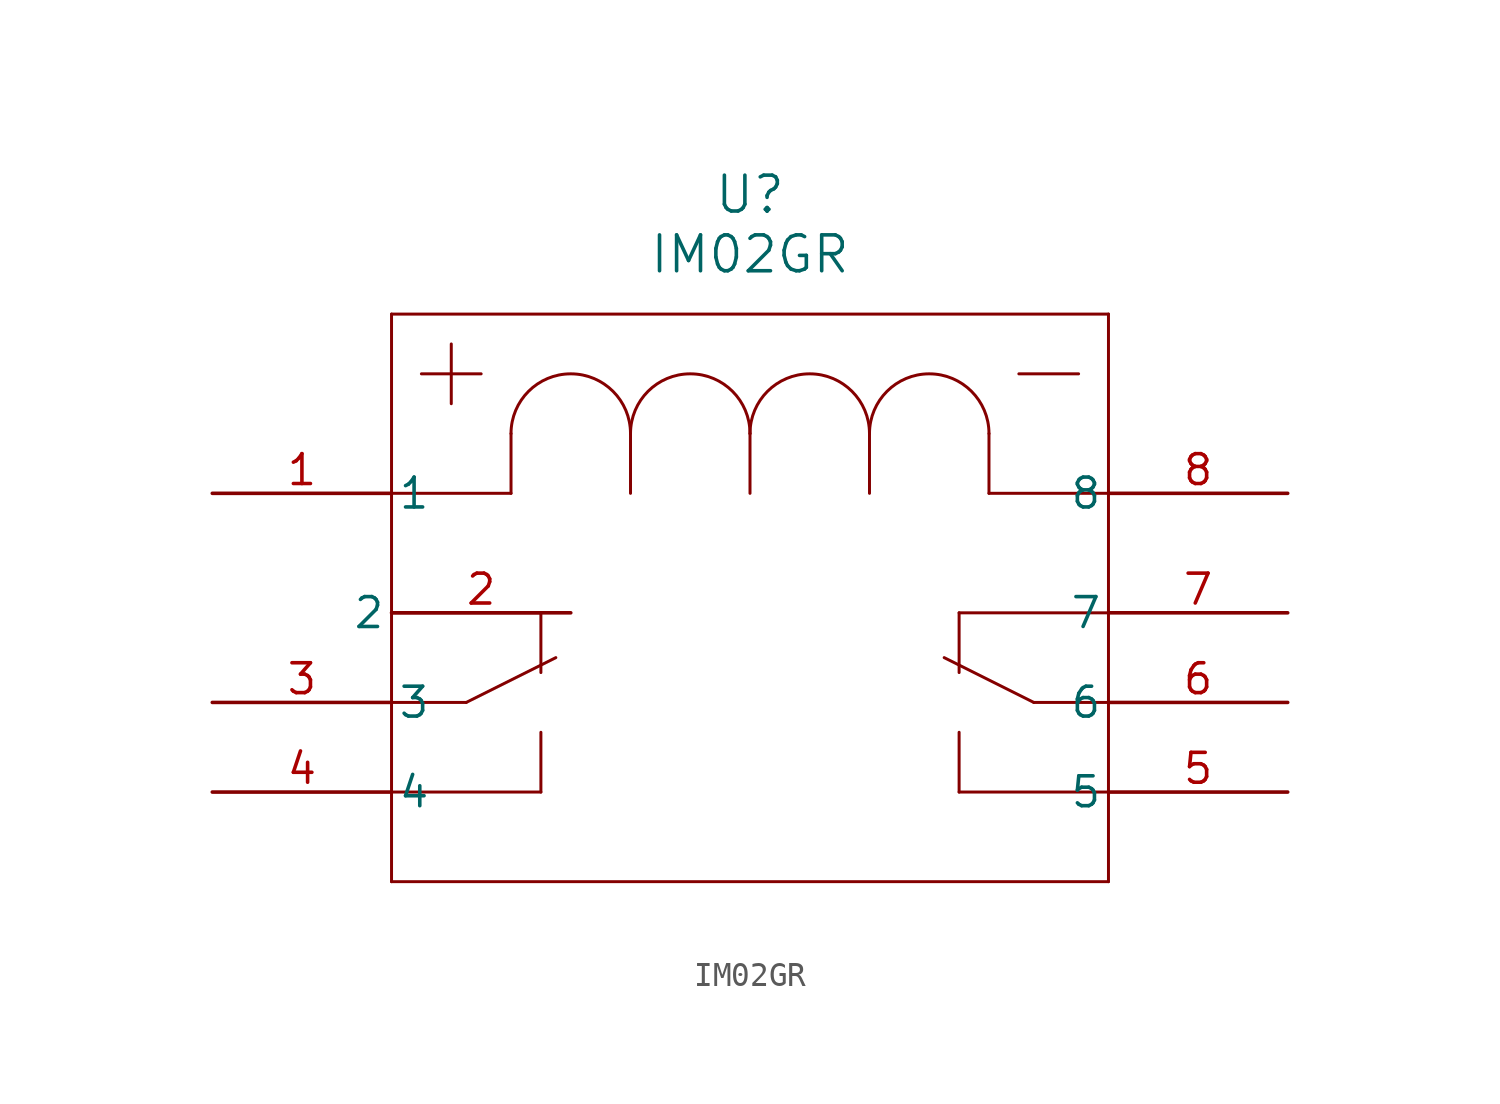
<source format=kicad_sym>
(kicad_symbol_lib
  (version 20211014)
  (generator kicad_symbol_editor)
  (symbol "IM02GR"
    (pin_names
      (offset 0.254))
    (property "Reference" "U"
      (at 22.86 12.7 0)
      (effects (font (size 1.524 1.524))))
    (property "Value" "IM02GR"
      (at 22.86 10.16 0)
      (effects (font (size 1.524 1.524))))
    (symbol "IM02GR_0_1"
      (polyline (pts (xy 34.925 -8.89) (xy 38.1 -8.89)) (stroke (width 0.127) (type default) (color 0 0 0 0)) (fill (type none)))
      (polyline (pts (xy 34.925 -8.89) (xy 31.115 -6.985)) (stroke (width 0.127) (type default) (color 0 0 0 0)) (fill (type none)))
      (polyline (pts (xy 38.1 -12.7) (xy 31.75 -12.7)) (stroke (width 0.127) (type default) (color 0 0 0 0)) (fill (type none)))
      (polyline (pts (xy 31.75 -5.08) (xy 38.1 -5.08)) (stroke (width 0.127) (type default) (color 0 0 0 0)) (fill (type none)))
      (polyline (pts (xy 38.1 7.62) (xy 7.62 7.62)) (stroke (width 0.127) (type default) (color 0 0 0 0)) (fill (type none)))
      (arc (start 17.78 2.54) (mid 15.24 5.08) (end 12.7 2.54) (stroke (width 0.127) (type default) (color 0 0 0 0)) (fill (type none)))
      (polyline (pts (xy 12.7 2.54) (xy 12.7 0)) (stroke (width 0.127) (type default) (color 0 0 0 0)) (fill (type none)))
      (arc (start 22.86 2.54) (mid 20.32 5.08) (end 17.78 2.54) (stroke (width 0.127) (type default) (color 0 0 0 0)) (fill (type none)))
      (polyline (pts (xy 17.78 2.54) (xy 17.78 0)) (stroke (width 0.127) (type default) (color 0 0 0 0)) (fill (type none)))
      (arc (start 27.94 2.54) (mid 25.4 5.08) (end 22.86 2.54) (stroke (width 0.127) (type default) (color 0 0 0 0)) (fill (type none)))
      (polyline (pts (xy 22.86 2.54) (xy 22.86 0)) (stroke (width 0.127) (type default) (color 0 0 0 0)) (fill (type none)))
      (arc (start 33.02 2.54) (mid 30.48 5.08) (end 27.94 2.54) (stroke (width 0.127) (type default) (color 0 0 0 0)) (fill (type none)))
      (polyline (pts (xy 27.94 2.54) (xy 27.94 0)) (stroke (width 0.127) (type default) (color 0 0 0 0)) (fill (type none)))
      (polyline (pts (xy 33.02 2.54) (xy 33.02 0)) (stroke (width 0.127) (type default) (color 0 0 0 0)) (fill (type none)))
      (polyline (pts (xy 7.62 7.62) (xy 7.62 -16.51)) (stroke (width 0.127) (type default) (color 0 0 0 0)) (fill (type none)))
      (polyline (pts (xy 7.62 -16.51) (xy 38.1 -16.51)) (stroke (width 0.127) (type default) (color 0 0 0 0)) (fill (type none)))
      (polyline (pts (xy 38.1 -16.51) (xy 38.1 7.62)) (stroke (width 0.127) (type default) (color 0 0 0 0)) (fill (type none)))
      (polyline (pts (xy 31.75 -7.62) (xy 31.75 -5.08)) (stroke (width 0.127) (type default) (color 0 0 0 0)) (fill (type none)))
      (polyline (pts (xy 12.7 0) (xy 7.62 0)) (stroke (width 0.127) (type default) (color 0 0 0 0)) (fill (type none)))
      (polyline (pts (xy 33.02 0) (xy 38.1 0)) (stroke (width 0.127) (type default) (color 0 0 0 0)) (fill (type none)))
      (polyline (pts (xy 31.75 -12.7) (xy 31.75 -10.16)) (stroke (width 0.127) (type default) (color 0 0 0 0)) (fill (type none)))
      (polyline (pts (xy 11.43 5.08) (xy 8.89 5.08)) (stroke (width 0.127) (type default) (color 0 0 0 0)) (fill (type none)))
      (polyline (pts (xy 10.16 6.35) (xy 10.16 3.81)) (stroke (width 0.127) (type default) (color 0 0 0 0)) (fill (type none)))
      (polyline (pts (xy 34.29 5.08) (xy 36.83 5.08)) (stroke (width 0.127) (type default) (color 0 0 0 0)) (fill (type none)))
      (polyline (pts (xy 10.795 -8.89) (xy 7.62 -8.89)) (stroke (width 0.127) (type default) (color 0 0 0 0)) (fill (type none)))
      (polyline (pts (xy 10.795 -8.89) (xy 14.605 -6.985)) (stroke (width 0.127) (type default) (color 0 0 0 0)) (fill (type none)))
      (polyline (pts (xy 7.62 -5.08) (xy 13.97 -5.08)) (stroke (width 0.127) (type default) (color 0 0 0 0)) (fill (type none)))
      (polyline (pts (xy 13.97 -12.7) (xy 7.62 -12.7)) (stroke (width 0.127) (type default) (color 0 0 0 0)) (fill (type none)))
      (polyline (pts (xy 13.97 -10.16) (xy 13.97 -12.7)) (stroke (width 0.127) (type default) (color 0 0 0 0)) (fill (type none)))
      (polyline (pts (xy 13.97 -5.08) (xy 13.97 -7.62)) (stroke (width 0.127) (type default) (color 0 0 0 0)) (fill (type none)))
      (pin unspecified line (at 0 0 0) (length 7.62) (name "1" (effects (font (size 1.27 1.27)))) (number "1" (effects (font (size 1.27 1.27)))))
      (pin unspecified line (at 15.24 -5.08 180) (length 7.62) (name "2" (effects (font (size 1.27 1.27)))) (number "2" (effects (font (size 1.27 1.27)))))
      (pin unspecified line (at 0 -8.89 0) (length 7.62) (name "3" (effects (font (size 1.27 1.27)))) (number "3" (effects (font (size 1.27 1.27)))))
      (pin unspecified line (at 0 -12.7 0) (length 7.62) (name "4" (effects (font (size 1.27 1.27)))) (number "4" (effects (font (size 1.27 1.27)))))
      (pin unspecified line (at 45.72 -12.7 180) (length 7.62) (name "5" (effects (font (size 1.27 1.27)))) (number "5" (effects (font (size 1.27 1.27)))))
      (pin unspecified line (at 45.72 -8.89 180) (length 7.62) (name "6" (effects (font (size 1.27 1.27)))) (number "6" (effects (font (size 1.27 1.27)))))
      (pin unspecified line (at 45.72 -5.08 180) (length 7.62) (name "7" (effects (font (size 1.27 1.27)))) (number "7" (effects (font (size 1.27 1.27)))))
      (pin unspecified line (at 45.72 0 180) (length 7.62) (name "8" (effects (font (size 1.27 1.27)))) (number "8" (effects (font (size 1.27 1.27))))))))
</source>
